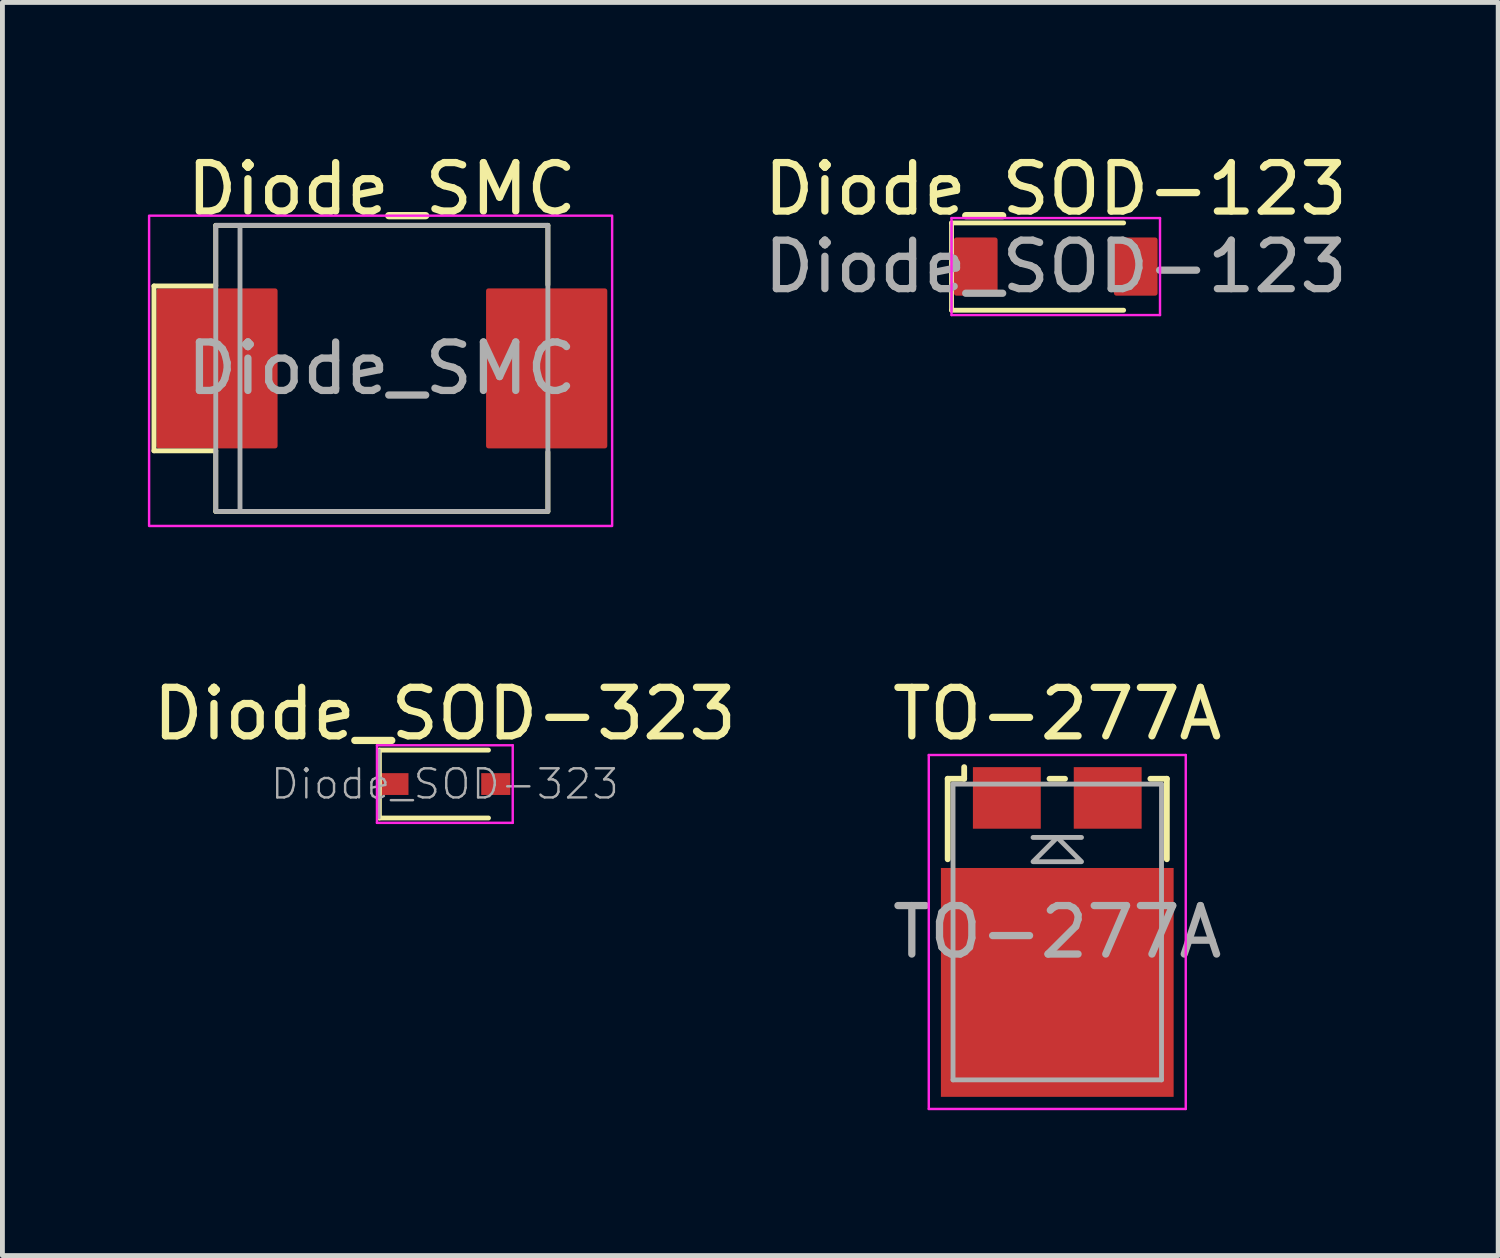
<source format=kicad_pcb>
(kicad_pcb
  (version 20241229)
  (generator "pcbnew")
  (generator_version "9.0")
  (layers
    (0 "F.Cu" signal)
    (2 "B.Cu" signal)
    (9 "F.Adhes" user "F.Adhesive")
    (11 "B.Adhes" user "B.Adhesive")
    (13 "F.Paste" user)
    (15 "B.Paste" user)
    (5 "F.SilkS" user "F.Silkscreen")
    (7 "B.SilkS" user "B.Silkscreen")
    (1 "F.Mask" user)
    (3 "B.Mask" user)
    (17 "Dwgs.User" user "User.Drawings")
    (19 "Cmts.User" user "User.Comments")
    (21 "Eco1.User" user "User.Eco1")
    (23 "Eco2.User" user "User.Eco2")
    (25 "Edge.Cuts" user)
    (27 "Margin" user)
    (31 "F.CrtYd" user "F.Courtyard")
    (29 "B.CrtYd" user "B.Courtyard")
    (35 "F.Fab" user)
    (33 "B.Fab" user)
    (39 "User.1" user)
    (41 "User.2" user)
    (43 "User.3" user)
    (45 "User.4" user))
  (footprint "Diode_SMC"
    (layer "F.Cu")
    (at 4.825 4.548)
    (property "Reference" "Diode_SMC" (at 0 -3.7 0) (layer "F.SilkS") (effects (font (size 1 1) (thickness 0.15))))
    (attr smd)
    (fp_line (start -4.7 -1.7) (end -4.7 1.7) (stroke (width 0.1) (type solid)) (layer "F.SilkS"))
    (fp_line (start -4.7 -1.7) (end -3.425 -1.7) (stroke (width 0.1) (type default)) (layer "F.SilkS"))
    (fp_line (start -3.425 -2.95) (end -3.425 -1.7) (stroke (width 0.1) (type default)) (layer "F.SilkS"))
    (fp_line (start -3.425 -2.95) (end 3.425 -2.95) (stroke (width 0.1) (type solid)) (layer "F.SilkS"))
    (fp_line (start -3.425 1.7) (end -4.7 1.7) (stroke (width 0.1) (type default)) (layer "F.SilkS"))
    (fp_line (start -3.425 2.95) (end -3.425 1.7) (stroke (width 0.1) (type default)) (layer "F.SilkS"))
    (fp_line (start -3.425 2.95) (end 3.425 2.95) (stroke (width 0.1) (type solid)) (layer "F.SilkS"))
    (fp_line (start 3.425 -2.95) (end 3.425 -1.725) (stroke (width 0.1) (type default)) (layer "F.SilkS"))
    (fp_line (start 3.425 2.95) (end 3.425 1.725) (stroke (width 0.1) (type default)) (layer "F.SilkS"))
    (fp_rect (start 4.75 -3.15) (end -4.8 3.25) (stroke (width 0.05) (type solid)) (fill no) (layer "F.CrtYd"))
    (fp_line (start -2.925 2.95) (end -2.925 -2.95) (stroke (width 0.1) (type solid)) (layer "F.Fab"))
    (fp_poly (pts (xy 3.425 -2.95) (xy 3.425 2.95) (xy -3.425 2.95) (xy -3.425 -2.95)) (stroke (width 0.1) (type solid)) (fill no) (layer "F.Fab"))
    (fp_text user "${REFERENCE}" (at 0 0 0) (layer "F.Fab") (effects (font (size 1 1) (thickness 0.15))))
    (pad "" smd roundrect (at -3.4 -0.95 90) (size 1.4 2.5) (layers "F.Paste") (roundrect_rratio 0.036))
    (pad "" smd roundrect (at -3.4 0.95 90) (size 1.4 2.5) (layers "F.Paste") (roundrect_rratio 0.036))
    (pad "" smd roundrect (at 3.4 -0.95 90) (size 1.4 2.5) (layers "F.Paste") (roundrect_rratio 0.036))
    (pad "" smd roundrect (at 3.4 0.95 90) (size 1.4 2.5) (layers "F.Paste") (roundrect_rratio 0.036))
    (pad "1" smd roundrect (at -3.4 0 90) (size 3.3 2.5) (layers "F.Cu" "F.Mask") (roundrect_rratio 0.02))
    (pad "2" smd roundrect (at 3.4 0 90) (size 3.3 2.5) (layers "F.Cu" "F.Mask") (roundrect_rratio 0.02)))
  (footprint "Diode_SOD-123"
    (layer "F.Cu")
    (at 18.725 2.448)
    (property "Reference" "Diode_SOD-123" (at 0 -1.6 0) (layer "F.SilkS") (effects (font (size 1 1) (thickness 0.15))))
    (attr smd)
    (fp_line (start -2.15 -0.9) (end -2.15 0.9) (stroke (width 0.1) (type solid)) (layer "F.SilkS"))
    (fp_line (start -2.15 -0.9) (end 1.4 -0.9) (stroke (width 0.1) (type solid)) (layer "F.SilkS"))
    (fp_line (start 1.4 0.9) (end -2.15 0.9) (stroke (width 0.1) (type solid)) (layer "F.SilkS"))
    (fp_line (start -2.15 -1) (end -2.15 1) (stroke (width 0.05) (type solid)) (layer "F.CrtYd"))
    (fp_line (start -2.15 -1) (end 2.15 -1) (stroke (width 0.05) (type solid)) (layer "F.CrtYd"))
    (fp_line (start 2.15 -1) (end 2.15 1) (stroke (width 0.05) (type solid)) (layer "F.CrtYd"))
    (fp_line (start 2.15 1) (end -2.15 1) (stroke (width 0.05) (type solid)) (layer "F.CrtYd"))
    (fp_line (start -2.15 -0.9) (end -2.15 0.9) (stroke (width 0.05) (type solid)) (layer "F.Fab"))
    (fp_text user "${REFERENCE}" (at 0 0 0) (layer "F.Fab") (effects (font (size 1 1) (thickness 0.15))))
    (pad "1" smd roundrect (at -1.65 0) (size 0.9 1.2) (layers "F.Cu" "F.Mask" "F.Paste") (roundrect_rratio 0.056))
    (pad "2" smd roundrect (at 1.65 0) (size 0.9 1.2) (layers "F.Cu" "F.Mask" "F.Paste") (roundrect_rratio 0.056)))
  (footprint "TO-277A"
    (layer "F.Cu")
    (at 18.756 16.172)
    (property "Reference" "TO-277A" (at 0 -4.5 180) (layer "F.SilkS") (effects (font (size 1 1) (thickness 0.15))))
    (attr smd)
    (fp_line (start -2.26 -3.16) (end -2.26 -1.5) (stroke (width 0.12) (type solid)) (layer "F.SilkS"))
    (fp_line (start -1.92 -3.4) (end -1.92 -3.16) (stroke (width 0.12) (type solid)) (layer "F.SilkS"))
    (fp_line (start -1.92 -3.16) (end -2.26 -3.16) (stroke (width 0.12) (type solid)) (layer "F.SilkS"))
    (fp_line (start -0.16 -3.16) (end 0.16 -3.16) (stroke (width 0.12) (type solid)) (layer "F.SilkS"))
    (fp_line (start 2.26 -3.16) (end 1.92 -3.16) (stroke (width 0.12) (type solid)) (layer "F.SilkS"))
    (fp_line (start 2.26 -1.5) (end 2.26 -3.16) (stroke (width 0.12) (type solid)) (layer "F.SilkS"))
    (fp_line (start -2.65 -3.65) (end -2.65 3.65) (stroke (width 0.05) (type solid)) (layer "F.CrtYd"))
    (fp_line (start -2.65 -3.65) (end 2.65 -3.65) (stroke (width 0.05) (type solid)) (layer "F.CrtYd"))
    (fp_line (start 2.65 3.65) (end -2.65 3.65) (stroke (width 0.05) (type solid)) (layer "F.CrtYd"))
    (fp_line (start 2.65 3.65) (end 2.65 -3.65) (stroke (width 0.05) (type solid)) (layer "F.CrtYd"))
    (fp_line (start -2.15 -3.05) (end -2.15 3.05) (stroke (width 0.1) (type solid)) (layer "F.Fab"))
    (fp_line (start -2.15 3.05) (end 2.15 3.05) (stroke (width 0.1) (type solid)) (layer "F.Fab"))
    (fp_line (start -0.5 -1.95) (end 0.5 -1.95) (stroke (width 0.1) (type solid)) (layer "F.Fab"))
    (fp_line (start 2.15 -3.05) (end -2.15 -3.05) (stroke (width 0.1) (type solid)) (layer "F.Fab"))
    (fp_line (start 2.15 3.05) (end 2.15 -3.05) (stroke (width 0.1) (type solid)) (layer "F.Fab"))
    (fp_poly (pts (xy 0.5 -1.45) (xy -0.5 -1.45) (xy 0 -1.95)) (stroke (width 0.1) (type solid)) (fill no) (layer "F.Fab"))
    (fp_text user "${REFERENCE}" (at 0 0 0) (layer "F.Fab") (effects (font (size 1 1) (thickness 0.15))))
    (pad "" smd rect (at -1.7 -0.65 180) (size 1.25 1.2) (layers "F.Paste"))
    (pad "" smd rect (at -1.7 1.04) (size 1.25 1.2) (layers "F.Paste"))
    (pad "" smd rect (at -1.7 2.7) (size 1.25 1.2) (layers "F.Paste"))
    (pad "" smd rect (at 0 -0.65) (size 1.25 1.2) (layers "F.Paste"))
    (pad "" smd rect (at 0 1.04) (size 1.25 1.2) (layers "F.Paste"))
    (pad "" smd rect (at 0 2.7) (size 1.25 1.2) (layers "F.Paste"))
    (pad "" smd rect (at 1.7 -0.65) (size 1.25 1.2) (layers "F.Paste"))
    (pad "" smd rect (at 1.7 1.04) (size 1.25 1.2) (layers "F.Paste"))
    (pad "" smd rect (at 1.7 2.7) (size 1.25 1.2) (layers "F.Paste"))
    (pad "1" smd rect (at 0 1.04) (size 4.8 4.72) (layers "F.Cu" "F.Mask"))
    (pad "2" smd rect (at -1.04 -2.765) (size 1.4 1.27) (layers "F.Cu" "F.Mask" "F.Paste"))
    (pad "2" smd rect (at 1.04 -2.765) (size 1.4 1.27) (layers "F.Cu" "F.Mask" "F.Paste")))
  (footprint "Diode_SOD-323"
    (layer "F.Cu")
    (at 6.125 13.121)
    (property "Reference" "Diode_SOD-323" (at 0 -1.45 0) (layer "F.SilkS") (effects (font (size 1 1) (thickness 0.15))))
    (attr smd)
    (fp_line (start -1.35 -0.7) (end -1.35 0.7) (stroke (width 0.1) (type solid)) (layer "F.SilkS"))
    (fp_line (start -1.35 0.7) (end 0.9 0.7) (stroke (width 0.1) (type solid)) (layer "F.SilkS"))
    (fp_line (start 0.9 -0.7) (end -1.35 -0.7) (stroke (width 0.1) (type solid)) (layer "F.SilkS"))
    (fp_line (start -1.4 -0.8) (end -1.4 0.8) (stroke (width 0.05) (type solid)) (layer "F.CrtYd"))
    (fp_line (start -1.4 0.8) (end 1.4 0.8) (stroke (width 0.05) (type solid)) (layer "F.CrtYd"))
    (fp_line (start 1.4 -0.8) (end -1.4 -0.8) (stroke (width 0.05) (type solid)) (layer "F.CrtYd"))
    (fp_line (start 1.4 0.8) (end 1.4 -0.8) (stroke (width 0.05) (type solid)) (layer "F.CrtYd"))
    (fp_line (start -1.35 -0.7) (end -1.35 0.7) (stroke (width 0.05) (type solid)) (layer "F.Fab"))
    (fp_text user "${REFERENCE}" (at 0 0 0) (layer "F.Fab") (effects (font (size 0.6 0.6) (thickness 0.05))))
    (pad "1" smd rect (at -1.05 0) (size 0.6 0.45) (layers "F.Cu" "F.Mask" "F.Paste"))
    (pad "2" smd rect (at 1.05 0) (size 0.6 0.45) (layers "F.Cu" "F.Mask" "F.Paste")))
  (gr_rect
    (start -3 -3)
    (end 27.85 22.846)
    (stroke (width 0.1) (type default))
    (fill no)
    (layer "Edge.Cuts")))
</source>
